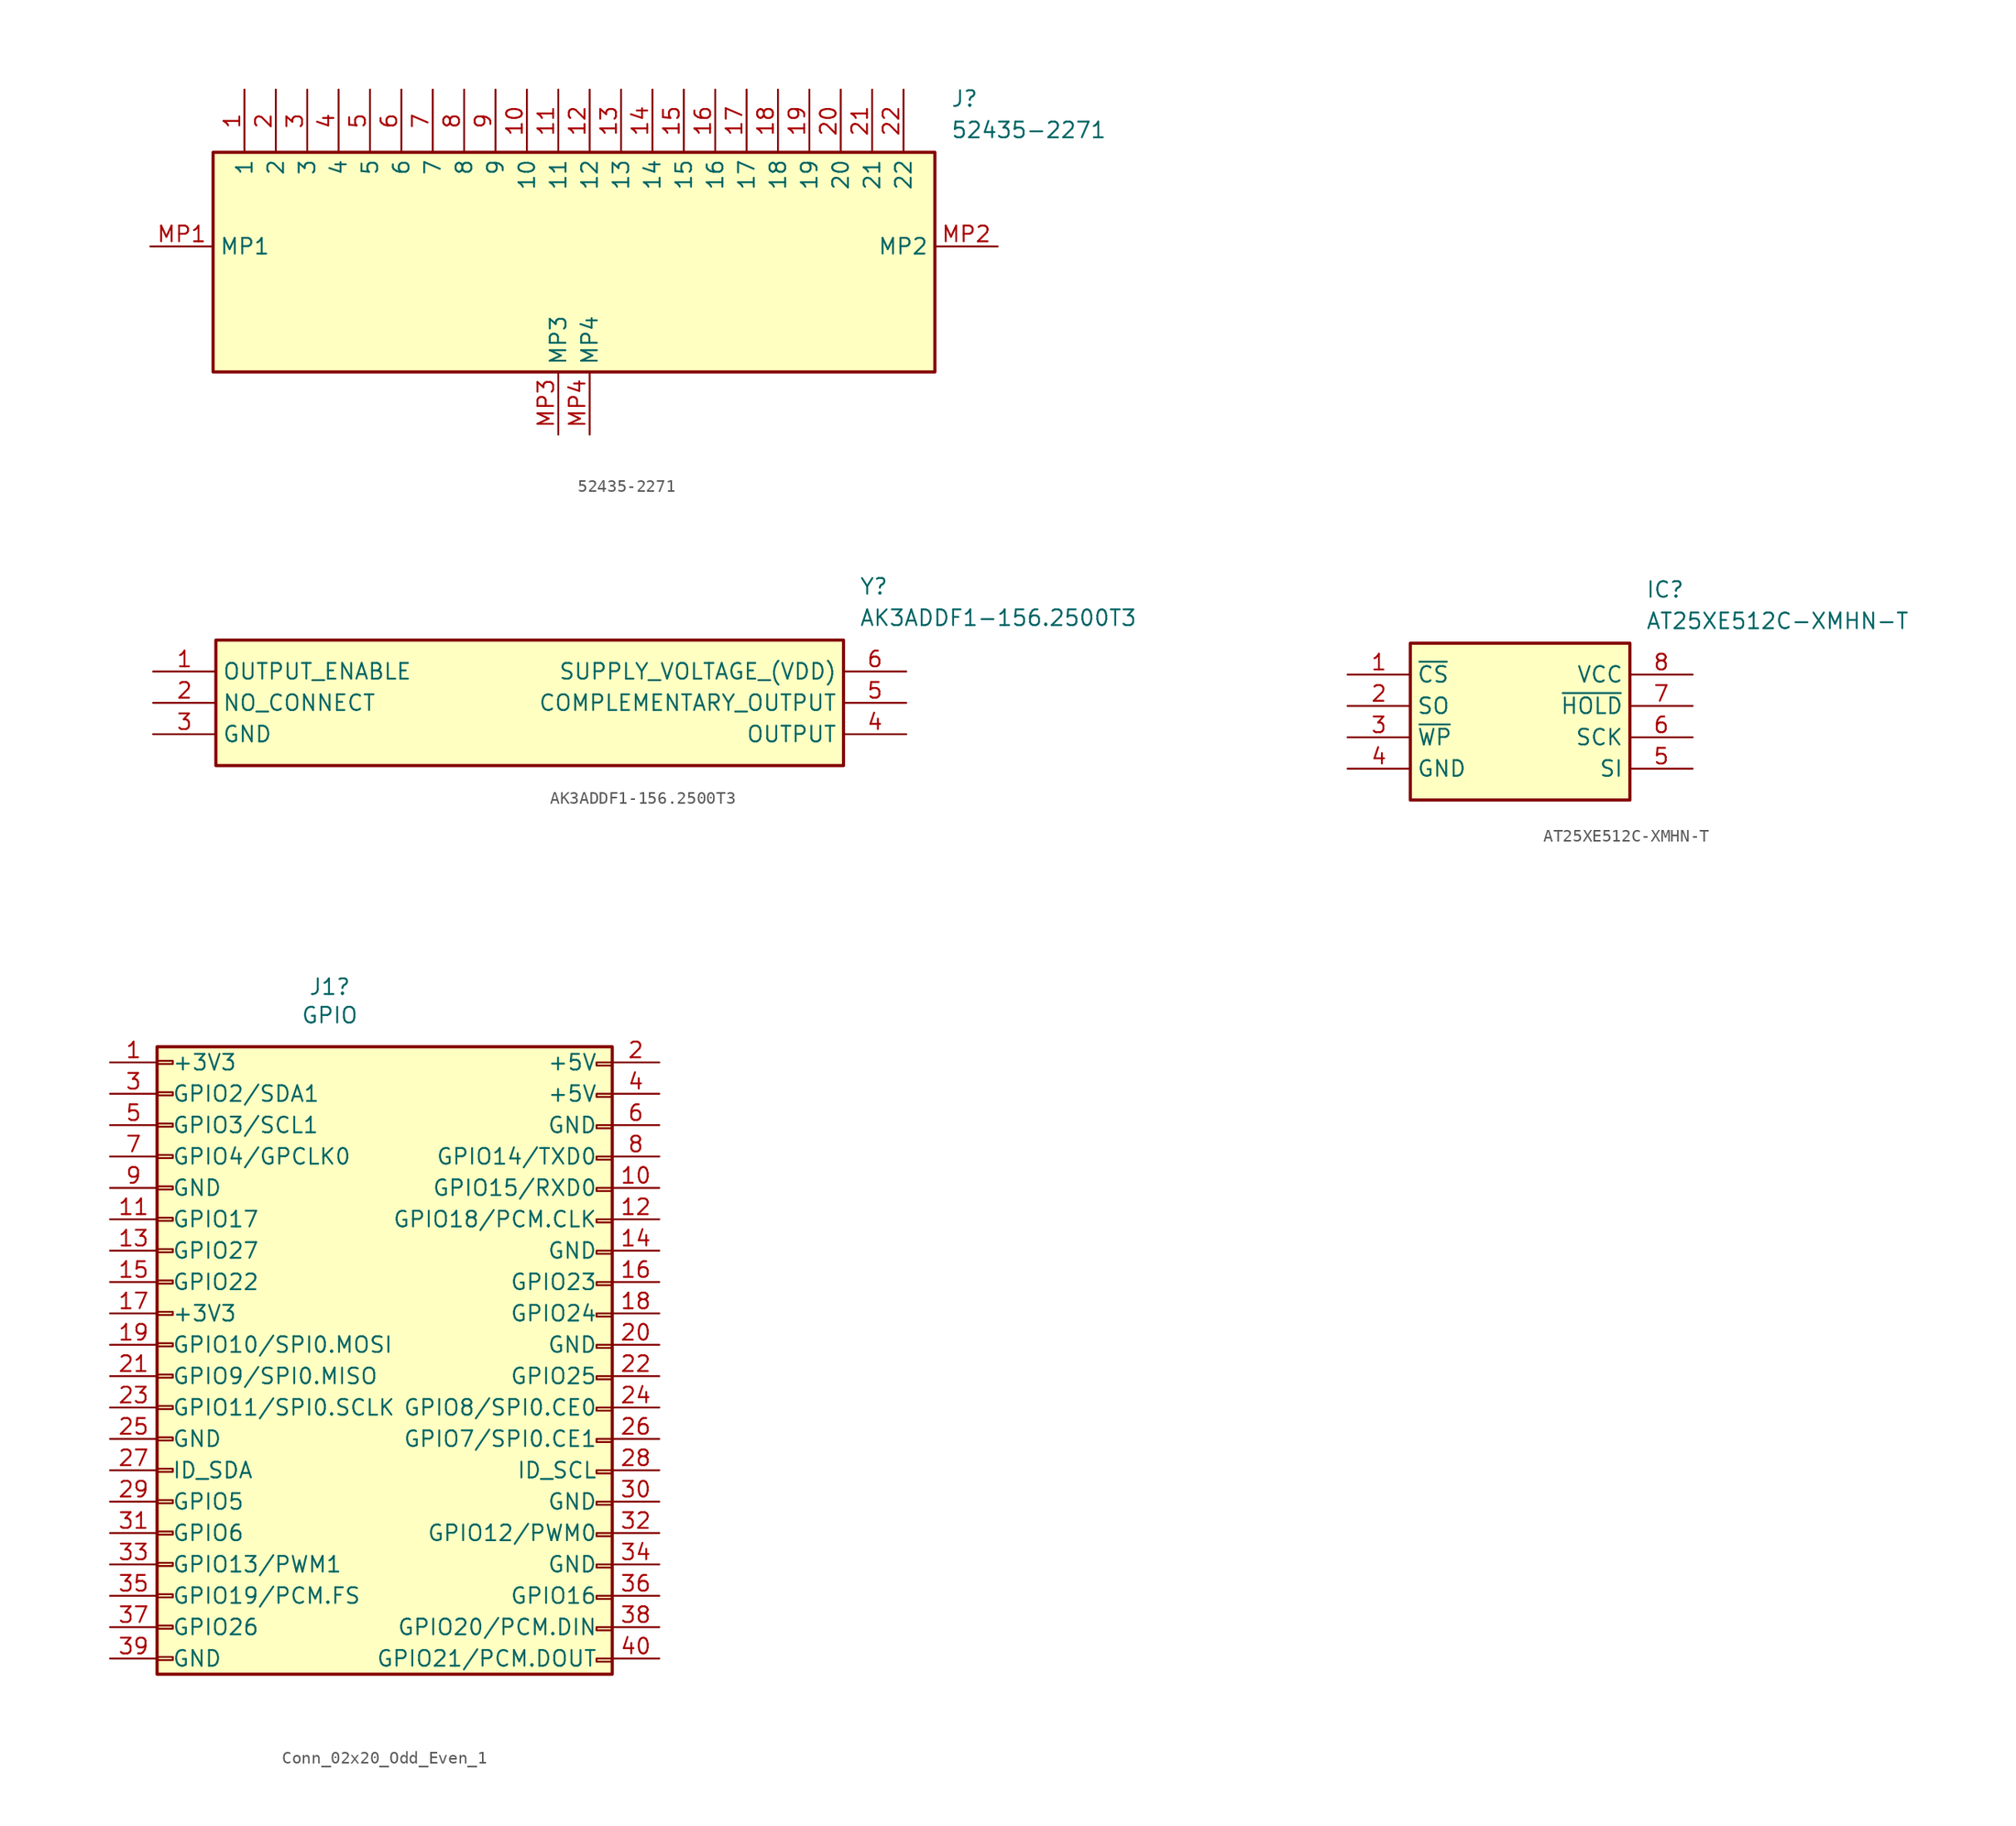
<source format=kicad_sym>
(kicad_symbol_lib
  (version 20220914)
  (generator kicad_symbol_editor)
  (symbol "52435-2271"
    (property "Reference" "J"
      (at 64.77 12.7 0)
      (effects (font (size 1.27 1.27)) (justify left top)))
    (property "Value" "52435-2271"
      (at 64.77 10.16 0)
      (effects (font (size 1.27 1.27)) (justify left top)))
    (symbol "52435-2271_1_1"
      (rectangle (start 5.08 7.62) (end 63.5 -10.16) (stroke (width 0.254) (type default)) (fill (type background)))
      (pin passive line (at 7.62 12.7 270) (length 5.08) (name "1" (effects (font (size 1.27 1.27)))) (number "1" (effects (font (size 1.27 1.27)))))
      (pin passive line (at 30.48 12.7 270) (length 5.08) (name "10" (effects (font (size 1.27 1.27)))) (number "10" (effects (font (size 1.27 1.27)))))
      (pin passive line (at 33.02 12.7 270) (length 5.08) (name "11" (effects (font (size 1.27 1.27)))) (number "11" (effects (font (size 1.27 1.27)))))
      (pin passive line (at 35.56 12.7 270) (length 5.08) (name "12" (effects (font (size 1.27 1.27)))) (number "12" (effects (font (size 1.27 1.27)))))
      (pin passive line (at 38.1 12.7 270) (length 5.08) (name "13" (effects (font (size 1.27 1.27)))) (number "13" (effects (font (size 1.27 1.27)))))
      (pin passive line (at 40.64 12.7 270) (length 5.08) (name "14" (effects (font (size 1.27 1.27)))) (number "14" (effects (font (size 1.27 1.27)))))
      (pin passive line (at 43.18 12.7 270) (length 5.08) (name "15" (effects (font (size 1.27 1.27)))) (number "15" (effects (font (size 1.27 1.27)))))
      (pin passive line (at 45.72 12.7 270) (length 5.08) (name "16" (effects (font (size 1.27 1.27)))) (number "16" (effects (font (size 1.27 1.27)))))
      (pin passive line (at 48.26 12.7 270) (length 5.08) (name "17" (effects (font (size 1.27 1.27)))) (number "17" (effects (font (size 1.27 1.27)))))
      (pin passive line (at 50.8 12.7 270) (length 5.08) (name "18" (effects (font (size 1.27 1.27)))) (number "18" (effects (font (size 1.27 1.27)))))
      (pin passive line (at 53.34 12.7 270) (length 5.08) (name "19" (effects (font (size 1.27 1.27)))) (number "19" (effects (font (size 1.27 1.27)))))
      (pin passive line (at 10.16 12.7 270) (length 5.08) (name "2" (effects (font (size 1.27 1.27)))) (number "2" (effects (font (size 1.27 1.27)))))
      (pin passive line (at 55.88 12.7 270) (length 5.08) (name "20" (effects (font (size 1.27 1.27)))) (number "20" (effects (font (size 1.27 1.27)))))
      (pin passive line (at 58.42 12.7 270) (length 5.08) (name "21" (effects (font (size 1.27 1.27)))) (number "21" (effects (font (size 1.27 1.27)))))
      (pin passive line (at 60.96 12.7 270) (length 5.08) (name "22" (effects (font (size 1.27 1.27)))) (number "22" (effects (font (size 1.27 1.27)))))
      (pin passive line (at 12.7 12.7 270) (length 5.08) (name "3" (effects (font (size 1.27 1.27)))) (number "3" (effects (font (size 1.27 1.27)))))
      (pin passive line (at 15.24 12.7 270) (length 5.08) (name "4" (effects (font (size 1.27 1.27)))) (number "4" (effects (font (size 1.27 1.27)))))
      (pin passive line (at 17.78 12.7 270) (length 5.08) (name "5" (effects (font (size 1.27 1.27)))) (number "5" (effects (font (size 1.27 1.27)))))
      (pin passive line (at 20.32 12.7 270) (length 5.08) (name "6" (effects (font (size 1.27 1.27)))) (number "6" (effects (font (size 1.27 1.27)))))
      (pin passive line (at 22.86 12.7 270) (length 5.08) (name "7" (effects (font (size 1.27 1.27)))) (number "7" (effects (font (size 1.27 1.27)))))
      (pin passive line (at 25.4 12.7 270) (length 5.08) (name "8" (effects (font (size 1.27 1.27)))) (number "8" (effects (font (size 1.27 1.27)))))
      (pin passive line (at 27.94 12.7 270) (length 5.08) (name "9" (effects (font (size 1.27 1.27)))) (number "9" (effects (font (size 1.27 1.27)))))
      (pin passive line (at 0 0 0) (length 5.08) (name "MP1" (effects (font (size 1.27 1.27)))) (number "MP1" (effects (font (size 1.27 1.27)))))
      (pin passive line (at 68.58 0 180) (length 5.08) (name "MP2" (effects (font (size 1.27 1.27)))) (number "MP2" (effects (font (size 1.27 1.27)))))
      (pin passive line (at 33.02 -15.24 90) (length 5.08) (name "MP3" (effects (font (size 1.27 1.27)))) (number "MP3" (effects (font (size 1.27 1.27)))))
      (pin passive line (at 35.56 -15.24 90) (length 5.08) (name "MP4" (effects (font (size 1.27 1.27)))) (number "MP4" (effects (font (size 1.27 1.27)))))))
  (symbol "AK3ADDF1-156.2500T3"
    (property "Reference" "Y"
      (at 57.15 7.62 0)
      (effects (font (size 1.27 1.27)) (justify left top)))
    (property "Value" "AK3ADDF1-156.2500T3"
      (at 57.15 5.08 0)
      (effects (font (size 1.27 1.27)) (justify left top)))
    (symbol "AK3ADDF1-156.2500T3_1_1"
      (rectangle (start 5.08 2.54) (end 55.88 -7.62) (stroke (width 0.254) (type default)) (fill (type background)))
      (pin passive line (at 0 0 0) (length 5.08) (name "OUTPUT_ENABLE" (effects (font (size 1.27 1.27)))) (number "1" (effects (font (size 1.27 1.27)))))
      (pin passive line (at 0 -2.54 0) (length 5.08) (name "NO_CONNECT" (effects (font (size 1.27 1.27)))) (number "2" (effects (font (size 1.27 1.27)))))
      (pin passive line (at 0 -5.08 0) (length 5.08) (name "GND" (effects (font (size 1.27 1.27)))) (number "3" (effects (font (size 1.27 1.27)))))
      (pin passive line (at 60.96 -5.08 180) (length 5.08) (name "OUTPUT" (effects (font (size 1.27 1.27)))) (number "4" (effects (font (size 1.27 1.27)))))
      (pin passive line (at 60.96 -2.54 180) (length 5.08) (name "COMPLEMENTARY_OUTPUT" (effects (font (size 1.27 1.27)))) (number "5" (effects (font (size 1.27 1.27)))))
      (pin passive line (at 60.96 0 180) (length 5.08) (name "SUPPLY_VOLTAGE_(VDD)" (effects (font (size 1.27 1.27)))) (number "6" (effects (font (size 1.27 1.27)))))))
  (symbol "AT25XE512C-XMHN-T"
    (property "Reference" "IC"
      (at 24.13 7.62 0)
      (effects (font (size 1.27 1.27)) (justify left top)))
    (property "Value" "AT25XE512C-XMHN-T"
      (at 24.13 5.08 0)
      (effects (font (size 1.27 1.27)) (justify left top)))
    (symbol "AT25XE512C-XMHN-T_1_1"
      (rectangle (start 5.08 2.54) (end 22.86 -10.16) (stroke (width 0.254) (type default)) (fill (type background)))
      (pin passive line (at 0 0 0) (length 5.08) (name "~{CS}" (effects (font (size 1.27 1.27)))) (number "1" (effects (font (size 1.27 1.27)))))
      (pin passive line (at 0 -2.54 0) (length 5.08) (name "SO" (effects (font (size 1.27 1.27)))) (number "2" (effects (font (size 1.27 1.27)))))
      (pin passive line (at 0 -5.08 0) (length 5.08) (name "~{WP}" (effects (font (size 1.27 1.27)))) (number "3" (effects (font (size 1.27 1.27)))))
      (pin passive line (at 0 -7.62 0) (length 5.08) (name "GND" (effects (font (size 1.27 1.27)))) (number "4" (effects (font (size 1.27 1.27)))))
      (pin passive line (at 27.94 -7.62 180) (length 5.08) (name "SI" (effects (font (size 1.27 1.27)))) (number "5" (effects (font (size 1.27 1.27)))))
      (pin passive line (at 27.94 -5.08 180) (length 5.08) (name "SCK" (effects (font (size 1.27 1.27)))) (number "6" (effects (font (size 1.27 1.27)))))
      (pin passive line (at 27.94 -2.54 180) (length 5.08) (name "~{HOLD}" (effects (font (size 1.27 1.27)))) (number "7" (effects (font (size 1.27 1.27)))))
      (pin passive line (at 27.94 0 180) (length 5.08) (name "VCC" (effects (font (size 1.27 1.27)))) (number "8" (effects (font (size 1.27 1.27)))))))
  (symbol "Conn_02x20_Odd_Even_1"
    (pin_names
      (offset 1.2))
    (property "Reference" "J1"
      (at 12.7 28.975 0)
      (effects (font (size 1.27 1.27))))
    (property "Value" "GPIO"
      (at 12.7 26.67 0)
      (effects (font (size 1.27 1.27))))
    (symbol "Conn_02x20_Odd_Even_1_1_1"
      (rectangle (start -1.27 -25.273) (end 0 -25.527) (stroke (width 0.152) (type default)) (fill (type none)))
      (rectangle (start -1.27 -22.733) (end 0 -22.987) (stroke (width 0.152) (type default)) (fill (type none)))
      (rectangle (start -1.27 -20.193) (end 0 -20.447) (stroke (width 0.152) (type default)) (fill (type none)))
      (rectangle (start -1.27 -17.653) (end 0 -17.907) (stroke (width 0.152) (type default)) (fill (type none)))
      (rectangle (start -1.27 -15.113) (end 0 -15.367) (stroke (width 0.152) (type default)) (fill (type none)))
      (rectangle (start -1.27 -12.573) (end 0 -12.827) (stroke (width 0.152) (type default)) (fill (type none)))
      (rectangle (start -1.27 -10.033) (end 0 -10.287) (stroke (width 0.152) (type default)) (fill (type none)))
      (rectangle (start -1.27 -7.493) (end 0 -7.747) (stroke (width 0.152) (type default)) (fill (type none)))
      (rectangle (start -1.27 -4.953) (end 0 -5.207) (stroke (width 0.152) (type default)) (fill (type none)))
      (rectangle (start -1.27 -2.413) (end 0 -2.667) (stroke (width 0.152) (type default)) (fill (type none)))
      (rectangle (start -1.27 0.127) (end 0 -0.127) (stroke (width 0.152) (type default)) (fill (type none)))
      (rectangle (start -1.27 2.667) (end 0 2.413) (stroke (width 0.152) (type default)) (fill (type none)))
      (rectangle (start -1.27 5.207) (end 0 4.953) (stroke (width 0.152) (type default)) (fill (type none)))
      (rectangle (start -1.27 7.747) (end 0 7.493) (stroke (width 0.152) (type default)) (fill (type none)))
      (rectangle (start -1.27 10.287) (end 0 10.033) (stroke (width 0.152) (type default)) (fill (type none)))
      (rectangle (start -1.27 12.827) (end 0 12.573) (stroke (width 0.152) (type default)) (fill (type none)))
      (rectangle (start -1.27 15.367) (end 0 15.113) (stroke (width 0.152) (type default)) (fill (type none)))
      (rectangle (start -1.27 17.907) (end 0 17.653) (stroke (width 0.152) (type default)) (fill (type none)))
      (rectangle (start -1.27 20.447) (end 0 20.193) (stroke (width 0.152) (type default)) (fill (type none)))
      (rectangle (start -1.27 22.987) (end 0 22.733) (stroke (width 0.152) (type default)) (fill (type none)))
      (rectangle (start -1.27 24.13) (end 35.56 -26.67) (stroke (width 0.254) (type default)) (fill (type background)))
      (rectangle (start 35.56 -25.4) (end 34.29 -25.654) (stroke (width 0.152) (type default)) (fill (type none)))
      (rectangle (start 35.56 -22.86) (end 34.29 -23.114) (stroke (width 0.152) (type default)) (fill (type none)))
      (rectangle (start 35.56 -20.32) (end 34.29 -20.574) (stroke (width 0.152) (type default)) (fill (type none)))
      (rectangle (start 35.56 -17.78) (end 34.29 -18.034) (stroke (width 0.152) (type default)) (fill (type none)))
      (rectangle (start 35.56 -15.24) (end 34.29 -15.494) (stroke (width 0.152) (type default)) (fill (type none)))
      (rectangle (start 35.56 -12.7) (end 34.29 -12.954) (stroke (width 0.152) (type default)) (fill (type none)))
      (rectangle (start 35.56 -10.16) (end 34.29 -10.414) (stroke (width 0.152) (type default)) (fill (type none)))
      (rectangle (start 35.56 -7.62) (end 34.29 -7.874) (stroke (width 0.152) (type default)) (fill (type none)))
      (rectangle (start 35.56 -5.08) (end 34.29 -5.334) (stroke (width 0.152) (type default)) (fill (type none)))
      (rectangle (start 35.56 -2.54) (end 34.29 -2.794) (stroke (width 0.152) (type default)) (fill (type none)))
      (rectangle (start 35.56 0) (end 34.29 -0.254) (stroke (width 0.152) (type default)) (fill (type none)))
      (rectangle (start 35.56 2.54) (end 34.29 2.286) (stroke (width 0.152) (type default)) (fill (type none)))
      (rectangle (start 35.56 5.08) (end 34.29 4.826) (stroke (width 0.152) (type default)) (fill (type none)))
      (rectangle (start 35.56 7.62) (end 34.29 7.366) (stroke (width 0.152) (type default)) (fill (type none)))
      (rectangle (start 35.56 10.16) (end 34.29 9.906) (stroke (width 0.152) (type default)) (fill (type none)))
      (rectangle (start 35.56 12.7) (end 34.29 12.446) (stroke (width 0.152) (type default)) (fill (type none)))
      (rectangle (start 35.56 15.24) (end 34.29 14.986) (stroke (width 0.152) (type default)) (fill (type none)))
      (rectangle (start 35.56 17.78) (end 34.29 17.526) (stroke (width 0.152) (type default)) (fill (type none)))
      (rectangle (start 35.56 20.32) (end 34.29 20.066) (stroke (width 0.152) (type default)) (fill (type none)))
      (rectangle (start 35.56 22.86) (end 34.29 22.606) (stroke (width 0.152) (type default)) (fill (type none)))
      (pin passive line (at -5.08 22.86 0) (length 3.81) (name "+3V3" (effects (font (size 1.27 1.27)))) (number "1" (effects (font (size 1.27 1.27)))))
      (pin passive line (at 39.37 12.7 180) (length 3.81) (name "GPIO15/RXD0" (effects (font (size 1.27 1.27)))) (number "10" (effects (font (size 1.27 1.27)))))
      (pin passive line (at -5.08 10.16 0) (length 3.81) (name "GPIO17" (effects (font (size 1.27 1.27)))) (number "11" (effects (font (size 1.27 1.27)))))
      (pin passive line (at 39.37 10.16 180) (length 3.81) (name "GPIO18/PCM.CLK" (effects (font (size 1.27 1.27)))) (number "12" (effects (font (size 1.27 1.27)))))
      (pin passive line (at -5.08 7.62 0) (length 3.81) (name "GPIO27" (effects (font (size 1.27 1.27)))) (number "13" (effects (font (size 1.27 1.27)))))
      (pin passive line (at 39.37 7.62 180) (length 3.81) (name "GND" (effects (font (size 1.27 1.27)))) (number "14" (effects (font (size 1.27 1.27)))))
      (pin passive line (at -5.08 5.08 0) (length 3.81) (name "GPIO22" (effects (font (size 1.27 1.27)))) (number "15" (effects (font (size 1.27 1.27)))))
      (pin passive line (at 39.37 5.08 180) (length 3.81) (name "GPIO23" (effects (font (size 1.27 1.27)))) (number "16" (effects (font (size 1.27 1.27)))))
      (pin passive line (at -5.08 2.54 0) (length 3.81) (name "+3V3" (effects (font (size 1.27 1.27)))) (number "17" (effects (font (size 1.27 1.27)))))
      (pin passive line (at 39.37 2.54 180) (length 3.81) (name "GPIO24" (effects (font (size 1.27 1.27)))) (number "18" (effects (font (size 1.27 1.27)))))
      (pin passive line (at -5.08 0 0) (length 3.81) (name "GPIO10/SPI0.MOSI" (effects (font (size 1.27 1.27)))) (number "19" (effects (font (size 1.27 1.27)))))
      (pin passive line (at 39.37 22.86 180) (length 3.81) (name "+5V" (effects (font (size 1.27 1.27)))) (number "2" (effects (font (size 1.27 1.27)))))
      (pin passive line (at 39.37 0 180) (length 3.81) (name "GND" (effects (font (size 1.27 1.27)))) (number "20" (effects (font (size 1.27 1.27)))))
      (pin passive line (at -5.08 -2.54 0) (length 3.81) (name "GPIO9/SPI0.MISO" (effects (font (size 1.27 1.27)))) (number "21" (effects (font (size 1.27 1.27)))))
      (pin passive line (at 39.37 -2.54 180) (length 3.81) (name "GPIO25" (effects (font (size 1.27 1.27)))) (number "22" (effects (font (size 1.27 1.27)))))
      (pin passive line (at -5.08 -5.08 0) (length 3.81) (name "GPIO11/SPI0.SCLK" (effects (font (size 1.27 1.27)))) (number "23" (effects (font (size 1.27 1.27)))))
      (pin passive line (at 39.37 -5.08 180) (length 3.81) (name "GPIO8/SPI0.CE0" (effects (font (size 1.27 1.27)))) (number "24" (effects (font (size 1.27 1.27)))))
      (pin passive line (at -5.08 -7.62 0) (length 3.81) (name "GND" (effects (font (size 1.27 1.27)))) (number "25" (effects (font (size 1.27 1.27)))))
      (pin passive line (at 39.37 -7.62 180) (length 3.81) (name "GPIO7/SPI0.CE1" (effects (font (size 1.27 1.27)))) (number "26" (effects (font (size 1.27 1.27)))))
      (pin passive line (at -5.08 -10.16 0) (length 3.81) (name "ID_SDA" (effects (font (size 1.27 1.27)))) (number "27" (effects (font (size 1.27 1.27)))))
      (pin passive line (at 39.37 -10.16 180) (length 3.81) (name "ID_SCL" (effects (font (size 1.27 1.27)))) (number "28" (effects (font (size 1.27 1.27)))))
      (pin passive line (at -5.08 -12.7 0) (length 3.81) (name "GPIO5" (effects (font (size 1.27 1.27)))) (number "29" (effects (font (size 1.27 1.27)))))
      (pin passive line (at -5.08 20.32 0) (length 3.81) (name "GPIO2/SDA1" (effects (font (size 1.27 1.27)))) (number "3" (effects (font (size 1.27 1.27)))))
      (pin passive line (at 39.37 -12.7 180) (length 3.81) (name "GND" (effects (font (size 1.27 1.27)))) (number "30" (effects (font (size 1.27 1.27)))))
      (pin passive line (at -5.08 -15.24 0) (length 3.81) (name "GPIO6" (effects (font (size 1.27 1.27)))) (number "31" (effects (font (size 1.27 1.27)))))
      (pin passive line (at 39.37 -15.24 180) (length 3.81) (name "GPIO12/PWM0" (effects (font (size 1.27 1.27)))) (number "32" (effects (font (size 1.27 1.27)))))
      (pin passive line (at -5.08 -17.78 0) (length 3.81) (name "GPIO13/PWM1" (effects (font (size 1.27 1.27)))) (number "33" (effects (font (size 1.27 1.27)))))
      (pin passive line (at 39.37 -17.78 180) (length 3.81) (name "GND" (effects (font (size 1.27 1.27)))) (number "34" (effects (font (size 1.27 1.27)))))
      (pin passive line (at -5.08 -20.32 0) (length 3.81) (name "GPIO19/PCM.FS" (effects (font (size 1.27 1.27)))) (number "35" (effects (font (size 1.27 1.27)))))
      (pin passive line (at 39.37 -20.32 180) (length 3.81) (name "GPIO16" (effects (font (size 1.27 1.27)))) (number "36" (effects (font (size 1.27 1.27)))))
      (pin passive line (at -5.08 -22.86 0) (length 3.81) (name "GPIO26" (effects (font (size 1.27 1.27)))) (number "37" (effects (font (size 1.27 1.27)))))
      (pin passive line (at 39.37 -22.86 180) (length 3.81) (name "GPIO20/PCM.DIN" (effects (font (size 1.27 1.27)))) (number "38" (effects (font (size 1.27 1.27)))))
      (pin passive line (at -5.08 -25.4 0) (length 3.81) (name "GND" (effects (font (size 1.27 1.27)))) (number "39" (effects (font (size 1.27 1.27)))))
      (pin passive line (at 39.37 20.32 180) (length 3.81) (name "+5V" (effects (font (size 1.27 1.27)))) (number "4" (effects (font (size 1.27 1.27)))))
      (pin passive line (at 39.37 -25.4 180) (length 3.81) (name "GPIO21/PCM.DOUT" (effects (font (size 1.27 1.27)))) (number "40" (effects (font (size 1.27 1.27)))))
      (pin passive line (at -5.08 17.78 0) (length 3.81) (name "GPIO3/SCL1" (effects (font (size 1.27 1.27)))) (number "5" (effects (font (size 1.27 1.27)))))
      (pin passive line (at 39.37 17.78 180) (length 3.81) (name "GND" (effects (font (size 1.27 1.27)))) (number "6" (effects (font (size 1.27 1.27)))))
      (pin passive line (at -5.08 15.24 0) (length 3.81) (name "GPIO4/GPCLK0" (effects (font (size 1.27 1.27)))) (number "7" (effects (font (size 1.27 1.27)))))
      (pin passive line (at 39.37 15.24 180) (length 3.81) (name "GPIO14/TXD0" (effects (font (size 1.27 1.27)))) (number "8" (effects (font (size 1.27 1.27)))))
      (pin passive line (at -5.08 12.7 0) (length 3.81) (name "GND" (effects (font (size 1.27 1.27)))) (number "9" (effects (font (size 1.27 1.27))))))))
</source>
